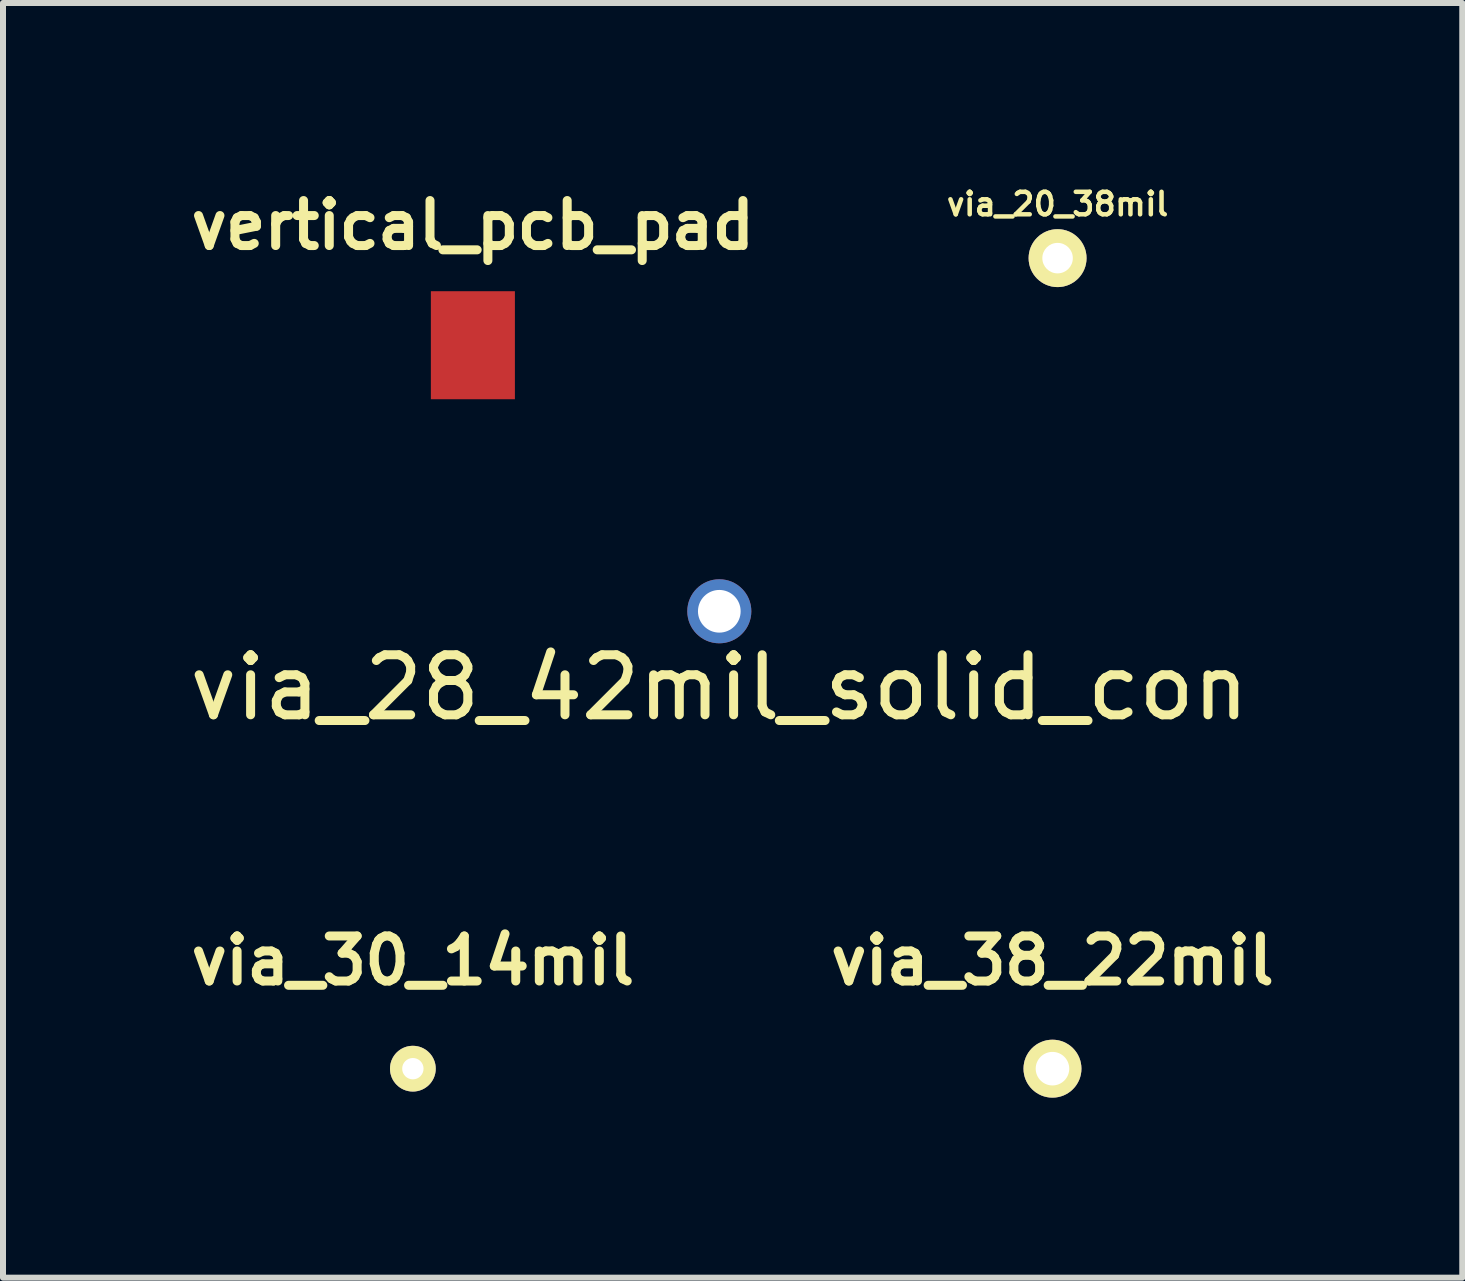
<source format=kicad_pcb>
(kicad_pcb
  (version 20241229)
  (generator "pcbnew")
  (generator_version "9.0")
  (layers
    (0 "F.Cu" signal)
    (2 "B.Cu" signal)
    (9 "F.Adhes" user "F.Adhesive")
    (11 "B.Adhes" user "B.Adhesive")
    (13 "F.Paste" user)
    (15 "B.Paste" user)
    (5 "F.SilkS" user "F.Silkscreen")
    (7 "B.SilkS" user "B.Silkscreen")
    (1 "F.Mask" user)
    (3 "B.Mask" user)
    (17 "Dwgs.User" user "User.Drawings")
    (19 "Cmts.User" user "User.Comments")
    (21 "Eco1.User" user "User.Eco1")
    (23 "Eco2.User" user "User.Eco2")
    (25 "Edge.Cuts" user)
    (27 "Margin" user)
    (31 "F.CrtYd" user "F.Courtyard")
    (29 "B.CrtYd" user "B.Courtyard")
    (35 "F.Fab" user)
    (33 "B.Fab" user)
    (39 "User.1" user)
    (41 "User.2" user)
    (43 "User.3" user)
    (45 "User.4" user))
  (footprint "via_38_22mil"
    (layer "F.Cu")
    (at 14.486 14.756)
    (property "Reference" "via_38_22mil" (at 0 -1.8 0) (layer "F.SilkS") (effects (font (size 0.75 0.75) (thickness 0.15))))
    (attr exclude_from_pos_files exclude_from_bom)
    (pad "1" thru_hole circle (at 0 0) (size 0.965 0.965) (drill 0.559) (layers "*.Cu" "*.Mask" "F.SilkS")))
  (footprint "via_28_42mil_solid_con"
    (layer "F.Cu")
    (at 8.935 7.135)
    (property "Reference" "via_28_42mil_solid_con" (at 0 1.27 0) (layer "F.SilkS") (effects (font (size 1 1) (thickness 0.15))))
    (attr through_hole)
    (pad "1" thru_hole circle (at 0 0) (size 1.067 1.067) (drill 0.711) (layers "*.Cu")))
  (footprint "via_20_38mil"
    (layer "F.Cu")
    (at 14.571 1.251)
    (property "Reference" "via_20_38mil" (at 0 -0.9 0) (layer "F.SilkS") (effects (font (size 0.375 0.375) (thickness 0.075))))
    (attr exclude_from_pos_files exclude_from_bom)
    (pad "1" thru_hole circle (at 0 0) (size 0.965 0.965) (drill 0.508) (layers "*.Cu" "*.Mask" "F.SilkS")))
  (footprint "via_30_14mil"
    (layer "F.Cu")
    (at 3.829 14.756)
    (property "Reference" "via_30_14mil" (at 0 -1.8 0) (layer "F.SilkS") (effects (font (size 0.75 0.75) (thickness 0.15))))
    (attr exclude_from_pos_files exclude_from_bom)
    (pad "" thru_hole circle (at 0 0) (size 0.762 0.762) (drill 0.356) (layers "*.Cu" "*.Mask" "F.SilkS")))
  (footprint "vertical_pcb_pad"
    (layer "F.Cu")
    (at 4.829 2.702)
    (property "Reference" "vertical_pcb_pad" (at 0 -2 0) (layer "F.SilkS") (effects (font (size 0.75 0.75) (thickness 0.15))))
    (attr through_hole)
    (pad "1" smd rect (at 0 0) (size 1.4 1.8) (layers "F.Cu" "F.Mask" "F.Paste")))
  (gr_rect
    (start -3 -3)
    (end 21.314 18.238)
    (stroke (width 0.1) (type default))
    (fill no)
    (layer "Edge.Cuts")))
</source>
